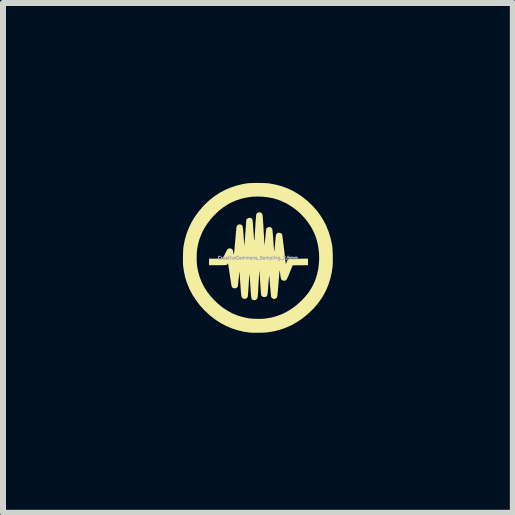
<source format=kicad_pcb>
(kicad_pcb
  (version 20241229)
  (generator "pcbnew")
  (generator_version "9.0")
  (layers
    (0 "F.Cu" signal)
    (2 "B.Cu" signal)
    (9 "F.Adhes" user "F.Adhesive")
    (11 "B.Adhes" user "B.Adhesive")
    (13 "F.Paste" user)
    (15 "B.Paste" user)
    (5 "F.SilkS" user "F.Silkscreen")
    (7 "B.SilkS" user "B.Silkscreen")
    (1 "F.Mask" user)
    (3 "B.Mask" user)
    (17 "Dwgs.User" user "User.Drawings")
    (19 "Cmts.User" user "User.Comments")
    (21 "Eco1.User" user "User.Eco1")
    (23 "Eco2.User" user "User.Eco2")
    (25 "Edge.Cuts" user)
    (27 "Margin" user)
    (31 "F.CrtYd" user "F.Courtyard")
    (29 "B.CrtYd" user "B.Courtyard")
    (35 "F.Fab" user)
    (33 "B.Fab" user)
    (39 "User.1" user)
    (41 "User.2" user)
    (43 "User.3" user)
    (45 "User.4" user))
  (footprint "CreativeCommons_Sampling_2.5mm"
    (layer "F.Cu")
    (at 1.249 1.248)
    (property "Reference" "CreativeCommons_Sampling_2.5mm" (at 0 0 0) (layer "F.Fab") (effects (font (size 0.05 0.05) (thickness 0.013))))
    (attr board_only exclude_from_pos_files exclude_from_bom)
    (fp_poly (pts (xy 0.033 -1.248) (xy 0.074 -1.247) (xy 0.114 -1.246) (xy 0.148 -1.244) (xy 0.177 -1.242) (xy 0.195 -1.239) (xy 0.298 -1.22) (xy 0.394 -1.194) (xy 0.486 -1.161) (xy 0.573 -1.121) (xy 0.656 -1.074) (xy 0.737 -1.02) (xy 0.745 -1.014) (xy 0.831 -0.944) (xy 0.909 -0.87) (xy 0.979 -0.792) (xy 1.041 -0.708) (xy 1.096 -0.62) (xy 1.142 -0.527) (xy 1.181 -0.43) (xy 1.212 -0.329) (xy 1.235 -0.223) (xy 1.239 -0.2) (xy 1.242 -0.175) (xy 1.244 -0.144) (xy 1.246 -0.107) (xy 1.248 -0.066) (xy 1.249 -0.024) (xy 1.249 0.019) (xy 1.249 0.059) (xy 1.248 0.095) (xy 1.247 0.126) (xy 1.246 0.139) (xy 1.231 0.245) (xy 1.208 0.346) (xy 1.178 0.443) (xy 1.14 0.535) (xy 1.094 0.623) (xy 1.057 0.682) (xy 1.027 0.725) (xy 0.999 0.763) (xy 0.97 0.798) (xy 0.938 0.834) (xy 0.901 0.872) (xy 0.898 0.875) (xy 0.816 0.951) (xy 0.732 1.018) (xy 0.644 1.076) (xy 0.552 1.127) (xy 0.458 1.168) (xy 0.359 1.202) (xy 0.258 1.227) (xy 0.152 1.243) (xy 0.152 1.243) (xy 0.131 1.245) (xy 0.103 1.247) (xy 0.07 1.248) (xy 0.034 1.249) (xy -0.002 1.249) (xy -0.038 1.249) (xy -0.072 1.249) (xy -0.1 1.249) (xy -0.122 1.247) (xy -0.127 1.247) (xy -0.233 1.232) (xy -0.336 1.208) (xy -0.434 1.176) (xy -0.529 1.136) (xy -0.621 1.088) (xy -0.709 1.031) (xy -0.793 0.966) (xy -0.873 0.892) (xy -0.899 0.867) (xy -0.972 0.785) (xy -1.036 0.7) (xy -1.093 0.612) (xy -1.14 0.521) (xy -1.18 0.426) (xy -1.211 0.329) (xy -1.233 0.227) (xy -1.246 0.135) (xy -1.248 0.108) (xy -1.249 0.074) (xy -1.249 0.036) (xy -1.249 0.022) (xy -1.02 0.022) (xy -1.019 0.067) (xy -1.016 0.108) (xy -1.012 0.143) (xy -1.012 0.145) (xy -0.994 0.238) (xy -0.969 0.325) (xy -0.935 0.409) (xy -0.894 0.489) (xy -0.845 0.566) (xy -0.787 0.641) (xy -0.734 0.699) (xy -0.662 0.768) (xy -0.587 0.829) (xy -0.508 0.881) (xy -0.427 0.925) (xy -0.341 0.961) (xy -0.252 0.988) (xy -0.159 1.007) (xy -0.133 1.011) (xy -0.103 1.014) (xy -0.066 1.016) (xy -0.025 1.017) (xy 0.018 1.018) (xy 0.059 1.017) (xy 0.098 1.015) (xy 0.13 1.012) (xy 0.135 1.011) (xy 0.228 0.995) (xy 0.317 0.97) (xy 0.403 0.938) (xy 0.485 0.897) (xy 0.565 0.848) (xy 0.642 0.791) (xy 0.716 0.724) (xy 0.734 0.707) (xy 0.794 0.642) (xy 0.847 0.576) (xy 0.891 0.506) (xy 0.923 0.448) (xy 0.958 0.367) (xy 0.985 0.282) (xy 1.005 0.193) (xy 1.017 0.102) (xy 1.022 0.01) (xy 1.019 -0.083) (xy 1.008 -0.175) (xy 0.99 -0.265) (xy 0.963 -0.353) (xy 0.959 -0.364) (xy 0.926 -0.443) (xy 0.884 -0.519) (xy 0.835 -0.593) (xy 0.779 -0.663) (xy 0.717 -0.729) (xy 0.65 -0.79) (xy 0.578 -0.844) (xy 0.502 -0.892) (xy 0.462 -0.914) (xy 0.392 -0.947) (xy 0.321 -0.973) (xy 0.249 -0.994) (xy 0.173 -1.008) (xy 0.091 -1.018) (xy 0.089 -1.018) (xy -0.004 -1.022) (xy -0.097 -1.018) (xy -0.188 -1.005) (xy -0.277 -0.985) (xy -0.362 -0.957) (xy -0.444 -0.922) (xy -0.509 -0.886) (xy -0.585 -0.836) (xy -0.657 -0.778) (xy -0.725 -0.713) (xy -0.788 -0.643) (xy -0.844 -0.569) (xy -0.893 -0.492) (xy -0.921 -0.439) (xy -0.951 -0.371) (xy -0.976 -0.304) (xy -0.995 -0.235) (xy -1.009 -0.162) (xy -1.012 -0.145) (xy -1.016 -0.111) (xy -1.019 -0.07) (xy -1.02 -0.025) (xy -1.02 0.022) (xy -1.249 0.022) (xy -1.249 -0.006) (xy -1.248 -0.048) (xy -1.247 -0.09) (xy -1.245 -0.128) (xy -1.243 -0.162) (xy -1.24 -0.189) (xy -1.239 -0.195) (xy -1.218 -0.3) (xy -1.189 -0.401) (xy -1.152 -0.499) (xy -1.106 -0.593) (xy -1.052 -0.683) (xy -0.989 -0.77) (xy -0.919 -0.852) (xy -0.88 -0.893) (xy -0.801 -0.966) (xy -0.72 -1.03) (xy -0.634 -1.086) (xy -0.545 -1.133) (xy -0.451 -1.173) (xy -0.353 -1.205) (xy -0.25 -1.23) (xy -0.18 -1.242) (xy -0.157 -1.244) (xy -0.127 -1.246) (xy -0.092 -1.247) (xy -0.052 -1.248) (xy -0.01 -1.248)) (stroke (width 0) (type solid)) (fill yes) (layer "F.SilkS"))
    (fp_poly (pts (xy 0.047 -0.755) (xy 0.063 -0.744) (xy 0.074 -0.727) (xy 0.077 -0.719) (xy 0.078 -0.711) (xy 0.08 -0.696) (xy 0.082 -0.673) (xy 0.084 -0.643) (xy 0.086 -0.608) (xy 0.089 -0.568) (xy 0.092 -0.525) (xy 0.095 -0.479) (xy 0.096 -0.45) (xy 0.099 -0.403) (xy 0.102 -0.36) (xy 0.104 -0.32) (xy 0.106 -0.285) (xy 0.108 -0.255) (xy 0.11 -0.231) (xy 0.111 -0.215) (xy 0.112 -0.206) (xy 0.112 -0.205) (xy 0.113 -0.211) (xy 0.114 -0.225) (xy 0.116 -0.245) (xy 0.118 -0.271) (xy 0.121 -0.302) (xy 0.124 -0.335) (xy 0.125 -0.344) (xy 0.127 -0.378) (xy 0.131 -0.41) (xy 0.133 -0.437) (xy 0.136 -0.46) (xy 0.139 -0.476) (xy 0.14 -0.485) (xy 0.141 -0.486) (xy 0.151 -0.498) (xy 0.166 -0.508) (xy 0.183 -0.513) (xy 0.188 -0.514) (xy 0.207 -0.51) (xy 0.224 -0.501) (xy 0.236 -0.487) (xy 0.238 -0.485) (xy 0.24 -0.477) (xy 0.242 -0.462) (xy 0.245 -0.44) (xy 0.248 -0.41) (xy 0.251 -0.371) (xy 0.255 -0.325) (xy 0.257 -0.288) (xy 0.26 -0.248) (xy 0.263 -0.211) (xy 0.266 -0.178) (xy 0.268 -0.15) (xy 0.27 -0.128) (xy 0.272 -0.113) (xy 0.273 -0.105) (xy 0.273 -0.105) (xy 0.274 -0.109) (xy 0.276 -0.121) (xy 0.278 -0.14) (xy 0.28 -0.164) (xy 0.283 -0.193) (xy 0.286 -0.224) (xy 0.289 -0.266) (xy 0.292 -0.301) (xy 0.295 -0.328) (xy 0.297 -0.35) (xy 0.299 -0.365) (xy 0.301 -0.377) (xy 0.303 -0.386) (xy 0.306 -0.392) (xy 0.309 -0.396) (xy 0.313 -0.4) (xy 0.317 -0.404) (xy 0.326 -0.413) (xy 0.335 -0.417) (xy 0.345 -0.418) (xy 0.357 -0.417) (xy 0.38 -0.412) (xy 0.396 -0.402) (xy 0.404 -0.389) (xy 0.406 -0.382) (xy 0.408 -0.368) (xy 0.411 -0.347) (xy 0.414 -0.319) (xy 0.419 -0.285) (xy 0.423 -0.247) (xy 0.429 -0.205) (xy 0.434 -0.16) (xy 0.437 -0.137) (xy 0.466 0.105) (xy 0.479 0.072) (xy 0.486 0.054) (xy 0.495 0.038) (xy 0.502 0.028) (xy 0.503 0.027) (xy 0.514 0.016) (xy 0.675 0.015) (xy 0.836 0.013) (xy 0.836 0.123) (xy 0.58 0.125) (xy 0.533 0.241) (xy 0.517 0.279) (xy 0.504 0.31) (xy 0.493 0.334) (xy 0.484 0.352) (xy 0.476 0.365) (xy 0.468 0.373) (xy 0.46 0.379) (xy 0.452 0.381) (xy 0.442 0.382) (xy 0.44 0.382) (xy 0.425 0.38) (xy 0.412 0.377) (xy 0.41 0.376) (xy 0.4 0.37) (xy 0.393 0.363) (xy 0.387 0.352) (xy 0.382 0.337) (xy 0.378 0.316) (xy 0.374 0.288) (xy 0.373 0.278) (xy 0.37 0.254) (xy 0.367 0.233) (xy 0.364 0.217) (xy 0.363 0.208) (xy 0.362 0.206) (xy 0.362 0.21) (xy 0.36 0.223) (xy 0.359 0.242) (xy 0.356 0.268) (xy 0.354 0.299) (xy 0.351 0.334) (xy 0.348 0.373) (xy 0.346 0.392) (xy 0.342 0.448) (xy 0.338 0.495) (xy 0.335 0.534) (xy 0.332 0.566) (xy 0.329 0.593) (xy 0.327 0.613) (xy 0.325 0.63) (xy 0.323 0.642) (xy 0.322 0.65) (xy 0.32 0.656) (xy 0.318 0.661) (xy 0.316 0.664) (xy 0.315 0.665) (xy 0.301 0.676) (xy 0.285 0.684) (xy 0.273 0.686) (xy 0.256 0.683) (xy 0.24 0.674) (xy 0.227 0.663) (xy 0.225 0.658) (xy 0.222 0.651) (xy 0.22 0.637) (xy 0.217 0.616) (xy 0.214 0.588) (xy 0.211 0.552) (xy 0.207 0.507) (xy 0.203 0.466) (xy 0.2 0.427) (xy 0.197 0.39) (xy 0.195 0.358) (xy 0.192 0.331) (xy 0.19 0.31) (xy 0.189 0.295) (xy 0.188 0.288) (xy 0.188 0.288) (xy 0.187 0.292) (xy 0.186 0.305) (xy 0.185 0.325) (xy 0.182 0.35) (xy 0.18 0.381) (xy 0.177 0.416) (xy 0.175 0.45) (xy 0.171 0.496) (xy 0.168 0.534) (xy 0.165 0.564) (xy 0.163 0.589) (xy 0.16 0.607) (xy 0.157 0.621) (xy 0.153 0.631) (xy 0.149 0.638) (xy 0.144 0.643) (xy 0.138 0.647) (xy 0.136 0.648) (xy 0.116 0.654) (xy 0.096 0.654) (xy 0.078 0.647) (xy 0.063 0.636) (xy 0.055 0.622) (xy 0.054 0.614) (xy 0.052 0.599) (xy 0.05 0.576) (xy 0.048 0.547) (xy 0.045 0.513) (xy 0.043 0.475) (xy 0.04 0.434) (xy 0.038 0.405) (xy 0.035 0.363) (xy 0.033 0.325) (xy 0.03 0.291) (xy 0.028 0.262) (xy 0.027 0.238) (xy 0.025 0.222) (xy 0.024 0.213) (xy 0.024 0.211) (xy 0.024 0.218) (xy 0.023 0.232) (xy 0.021 0.254) (xy 0.02 0.281) (xy 0.018 0.314) (xy 0.016 0.352) (xy 0.013 0.392) (xy 0.011 0.423) (xy 0.008 0.476) (xy 0.006 0.522) (xy 0.004 0.56) (xy 0.002 0.591) (xy -0.000239 0.616) (xy -0.002 0.635) (xy -0.004 0.65) (xy -0.005 0.661) (xy -0.007 0.67) (xy -0.009 0.676) (xy -0.012 0.68) (xy -0.015 0.684) (xy -0.018 0.687) (xy -0.02 0.689) (xy -0.038 0.703) (xy -0.057 0.707) (xy -0.077 0.703) (xy -0.082 0.701) (xy -0.089 0.698) (xy -0.094 0.694) (xy -0.099 0.689) (xy -0.103 0.682) (xy -0.107 0.673) (xy -0.11 0.66) (xy -0.112 0.643) (xy -0.115 0.621) (xy -0.117 0.594) (xy -0.12 0.559) (xy -0.122 0.517) (xy -0.126 0.467) (xy -0.126 0.467) (xy -0.128 0.426) (xy -0.131 0.388) (xy -0.133 0.353) (xy -0.135 0.323) (xy -0.137 0.3) (xy -0.139 0.282) (xy -0.14 0.273) (xy -0.14 0.271) (xy -0.141 0.276) (xy -0.142 0.289) (xy -0.144 0.309) (xy -0.146 0.335) (xy -0.148 0.367) (xy -0.151 0.402) (xy -0.153 0.442) (xy -0.154 0.46) (xy -0.157 0.507) (xy -0.16 0.545) (xy -0.162 0.576) (xy -0.164 0.6) (xy -0.166 0.619) (xy -0.167 0.633) (xy -0.169 0.643) (xy -0.171 0.651) (xy -0.173 0.656) (xy -0.175 0.66) (xy -0.176 0.662) (xy -0.191 0.676) (xy -0.21 0.684) (xy -0.231 0.684) (xy -0.25 0.677) (xy -0.263 0.667) (xy -0.266 0.663) (xy -0.269 0.657) (xy -0.272 0.65) (xy -0.274 0.64) (xy -0.277 0.627) (xy -0.279 0.61) (xy -0.281 0.587) (xy -0.284 0.559) (xy -0.286 0.525) (xy -0.289 0.483) (xy -0.293 0.433) (xy -0.294 0.417) (xy -0.296 0.377) (xy -0.299 0.339) (xy -0.302 0.306) (xy -0.304 0.277) (xy -0.306 0.255) (xy -0.307 0.239) (xy -0.308 0.23) (xy -0.308 0.229) (xy -0.309 0.234) (xy -0.311 0.247) (xy -0.313 0.266) (xy -0.315 0.291) (xy -0.318 0.32) (xy -0.321 0.352) (xy -0.324 0.384) (xy -0.327 0.414) (xy -0.33 0.44) (xy -0.332 0.461) (xy -0.335 0.475) (xy -0.336 0.481) (xy -0.349 0.497) (xy -0.366 0.506) (xy -0.386 0.509) (xy -0.405 0.506) (xy -0.423 0.498) (xy -0.436 0.483) (xy -0.436 0.482) (xy -0.438 0.476) (xy -0.44 0.463) (xy -0.444 0.443) (xy -0.448 0.417) (xy -0.453 0.387) (xy -0.458 0.353) (xy -0.463 0.318) (xy -0.469 0.281) (xy -0.474 0.245) (xy -0.479 0.21) (xy -0.484 0.178) (xy -0.488 0.149) (xy -0.492 0.125) (xy -0.494 0.107) (xy -0.495 0.096) (xy -0.495 0.094) (xy -0.498 0.093) (xy -0.503 0.099) (xy -0.503 0.1) (xy -0.507 0.106) (xy -0.512 0.111) (xy -0.517 0.115) (xy -0.524 0.118) (xy -0.534 0.12) (xy -0.548 0.121) (xy -0.567 0.122) (xy -0.592 0.122) (xy -0.624 0.123) (xy -0.664 0.123) (xy -0.669 0.123) (xy -0.814 0.123) (xy -0.814 0.014) (xy -0.587 0.014) (xy -0.547 -0.067) (xy -0.533 -0.095) (xy -0.523 -0.115) (xy -0.515 -0.13) (xy -0.508 -0.14) (xy -0.503 -0.146) (xy -0.498 -0.15) (xy -0.492 -0.153) (xy -0.488 -0.154) (xy -0.474 -0.158) (xy -0.463 -0.158) (xy -0.449 -0.154) (xy -0.449 -0.154) (xy -0.435 -0.148) (xy -0.425 -0.138) (xy -0.417 -0.123) (xy -0.411 -0.101) (xy -0.408 -0.082) (xy -0.406 -0.071) (xy -0.404 -0.063) (xy -0.403 -0.057) (xy -0.402 -0.055) (xy -0.4 -0.057) (xy -0.399 -0.063) (xy -0.397 -0.075) (xy -0.395 -0.092) (xy -0.393 -0.115) (xy -0.39 -0.145) (xy -0.387 -0.182) (xy -0.383 -0.228) (xy -0.378 -0.281) (xy -0.377 -0.295) (xy -0.373 -0.339) (xy -0.37 -0.38) (xy -0.366 -0.418) (xy -0.363 -0.452) (xy -0.36 -0.48) (xy -0.358 -0.503) (xy -0.356 -0.517) (xy -0.355 -0.524) (xy -0.355 -0.524) (xy -0.344 -0.541) (xy -0.327 -0.553) (xy -0.307 -0.557) (xy -0.286 -0.555) (xy -0.281 -0.553) (xy -0.273 -0.55) (xy -0.267 -0.546) (xy -0.262 -0.541) (xy -0.258 -0.534) (xy -0.255 -0.524) (xy -0.252 -0.51) (xy -0.249 -0.492) (xy -0.246 -0.467) (xy -0.244 -0.436) (xy -0.241 -0.397) (xy -0.239 -0.366) (xy -0.236 -0.328) (xy -0.234 -0.293) (xy -0.231 -0.262) (xy -0.229 -0.235) (xy -0.228 -0.214) (xy -0.227 -0.201) (xy -0.227 -0.195) (xy -0.226 -0.198) (xy -0.225 -0.208) (xy -0.224 -0.226) (xy -0.222 -0.25) (xy -0.219 -0.281) (xy -0.216 -0.316) (xy -0.213 -0.356) (xy -0.21 -0.399) (xy -0.209 -0.41) (xy -0.193 -0.636) (xy -0.18 -0.65) (xy -0.163 -0.662) (xy -0.143 -0.667) (xy -0.123 -0.665) (xy -0.105 -0.656) (xy -0.095 -0.645) (xy -0.093 -0.642) (xy -0.091 -0.636) (xy -0.089 -0.629) (xy -0.087 -0.619) (xy -0.086 -0.604) (xy -0.084 -0.585) (xy -0.082 -0.561) (xy -0.08 -0.529) (xy -0.077 -0.491) (xy -0.074 -0.445) (xy -0.071 -0.401) (xy -0.068 -0.365) (xy -0.066 -0.335) (xy -0.065 -0.313) (xy -0.063 -0.297) (xy -0.061 -0.29) (xy -0.06 -0.29) (xy -0.058 -0.297) (xy -0.056 -0.313) (xy -0.054 -0.337) (xy -0.052 -0.37) (xy -0.05 -0.411) (xy -0.047 -0.46) (xy -0.043 -0.516) (xy -0.04 -0.574) (xy -0.036 -0.622) (xy -0.033 -0.662) (xy -0.031 -0.693) (xy -0.028 -0.714) (xy -0.026 -0.727) (xy -0.025 -0.73) (xy -0.015 -0.744) (xy 0.002 -0.754) (xy 0.022 -0.759) (xy 0.029 -0.759)) (stroke (width 0) (type solid)) (fill yes) (layer "F.SilkS")))
  (gr_rect
    (start -3 -3)
    (end 5.499 5.498)
    (stroke (width 0.1) (type default))
    (fill no)
    (layer "Edge.Cuts")))
</source>
